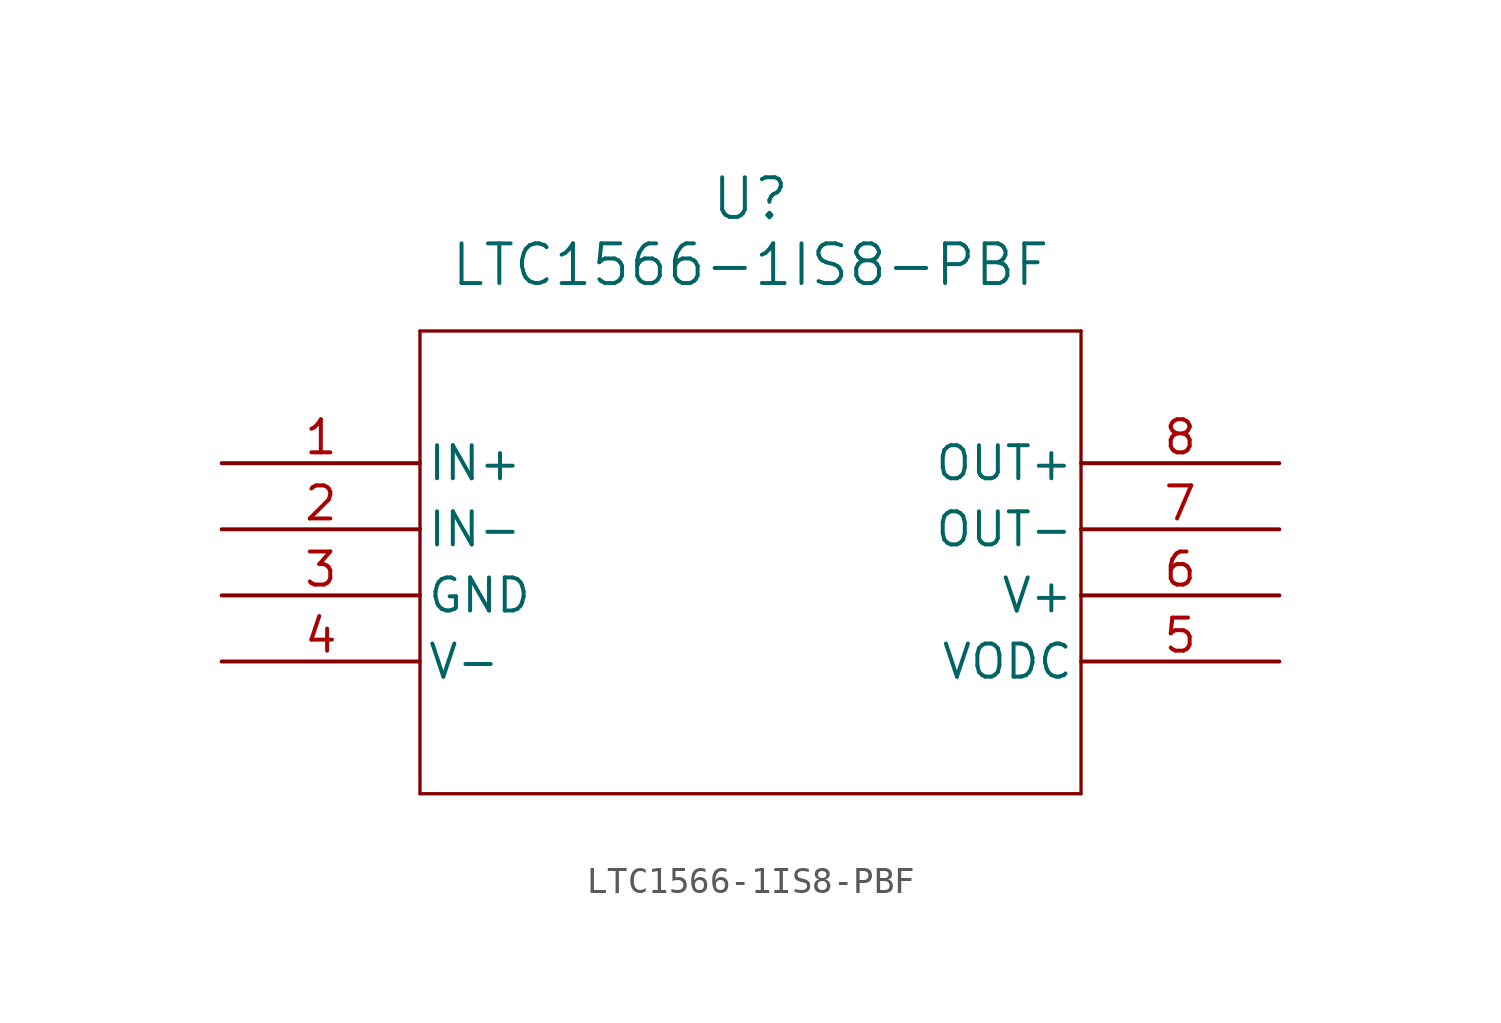
<source format=kicad_sym>
(kicad_symbol_lib
  (version 20211014)
  (generator kicad_symbol_editor)
  (symbol "LTC1566-1IS8-PBF"
    (pin_names
      (offset 0.254))
    (property "Reference" "U"
      (at 20.32 10.16 0)
      (effects (font (size 1.524 1.524))))
    (property "Value" "LTC1566-1IS8-PBF"
      (at 20.32 7.62 0)
      (effects (font (size 1.524 1.524))))
    (symbol "LTC1566-1IS8-PBF_0_1"
      (polyline (pts (xy 7.62 5.08) (xy 7.62 -12.7)) (stroke (width 0.127) (type default) (color 0 0 0 0)) (fill (type none)))
      (polyline (pts (xy 7.62 -12.7) (xy 33.02 -12.7)) (stroke (width 0.127) (type default) (color 0 0 0 0)) (fill (type none)))
      (polyline (pts (xy 33.02 -12.7) (xy 33.02 5.08)) (stroke (width 0.127) (type default) (color 0 0 0 0)) (fill (type none)))
      (polyline (pts (xy 33.02 5.08) (xy 7.62 5.08)) (stroke (width 0.127) (type default) (color 0 0 0 0)) (fill (type none)))
      (pin input line (at 0 0 0) (length 7.62) (name "IN+" (effects (font (size 1.27 1.27)))) (number "1" (effects (font (size 1.27 1.27)))))
      (pin input line (at 0 -2.54 0) (length 7.62) (name "IN-" (effects (font (size 1.27 1.27)))) (number "2" (effects (font (size 1.27 1.27)))))
      (pin power_in line (at 0 -5.08 0) (length 7.62) (name "GND" (effects (font (size 1.27 1.27)))) (number "3" (effects (font (size 1.27 1.27)))))
      (pin power_in line (at 0 -7.62 0) (length 7.62) (name "V-" (effects (font (size 1.27 1.27)))) (number "4" (effects (font (size 1.27 1.27)))))
      (pin output line (at 40.64 -7.62 180) (length 7.62) (name "VODC" (effects (font (size 1.27 1.27)))) (number "5" (effects (font (size 1.27 1.27)))))
      (pin power_in line (at 40.64 -5.08 180) (length 7.62) (name "V+" (effects (font (size 1.27 1.27)))) (number "6" (effects (font (size 1.27 1.27)))))
      (pin output line (at 40.64 -2.54 180) (length 7.62) (name "OUT-" (effects (font (size 1.27 1.27)))) (number "7" (effects (font (size 1.27 1.27)))))
      (pin output line (at 40.64 0 180) (length 7.62) (name "OUT+" (effects (font (size 1.27 1.27)))) (number "8" (effects (font (size 1.27 1.27))))))))
</source>
